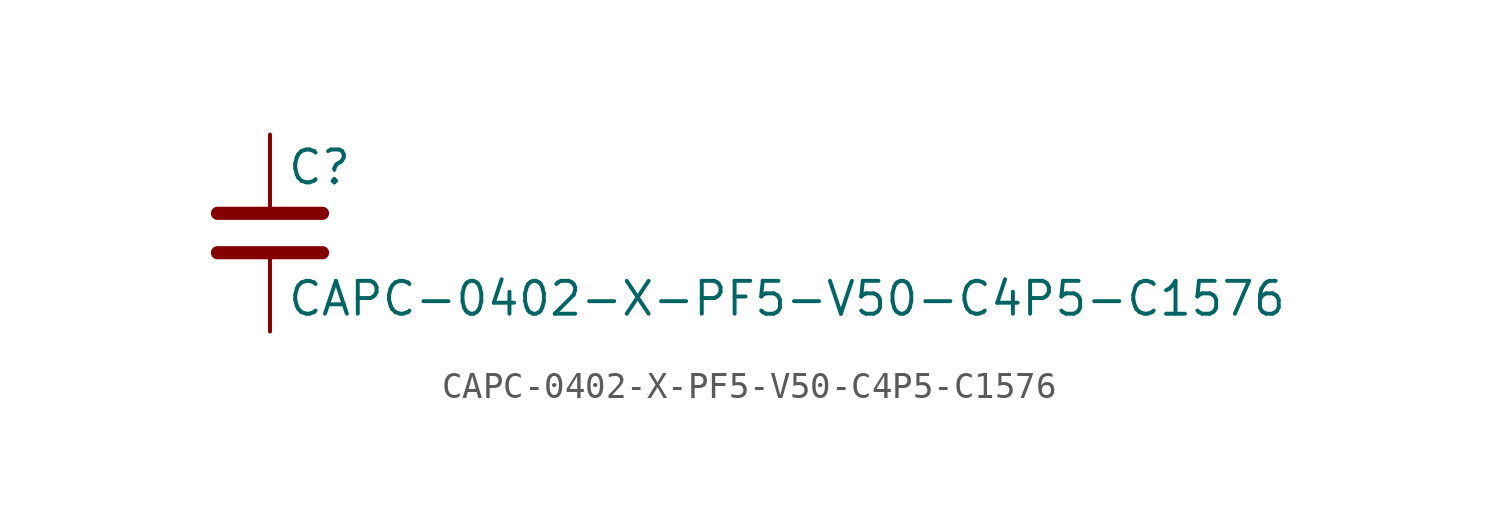
<source format=kicad_sym>
(kicad_symbol_lib
  (version 20211014)
  (generator kicad_symbol_editor)
  (symbol "CAPC-0402-X-PF5-V50-C4P5-C1576"
    (pin_numbers hide)
    (pin_names
      (offset 0.254))
    (property "Reference" "C"
      (at 0.635 2.54 0)
      (effects (font (size 1.27 1.27)) (justify left)))
    (property "Value" "CAPC-0402-X-PF5-V50-C4P5-C1576"
      (at 0.635 -2.54 0)
      (effects (font (size 1.27 1.27)) (justify left)))
    (symbol "CAPC-0402-X-PF5-V50-C4P5-C1576_0_1"
      (polyline (pts (xy -2.032 -0.762) (xy 2.032 -0.762)) (stroke (width 0.508) (type default) (color 0 0 0 0)) (fill (type none)))
      (polyline (pts (xy -2.032 0.762) (xy 2.032 0.762)) (stroke (width 0.508) (type default) (color 0 0 0 0)) (fill (type none))))
    (symbol "CAPC-0402-X-PF5-V50-C4P5-C1576_1_1"
      (pin passive line (at 0 3.81 270) (length 2.794) (name "~" (effects (font (size 1.27 1.27)))) (number "1" (effects (font (size 1.27 1.27)))))
      (pin passive line (at 0 -3.81 90) (length 2.794) (name "~" (effects (font (size 1.27 1.27)))) (number "2" (effects (font (size 1.27 1.27))))))))
</source>
